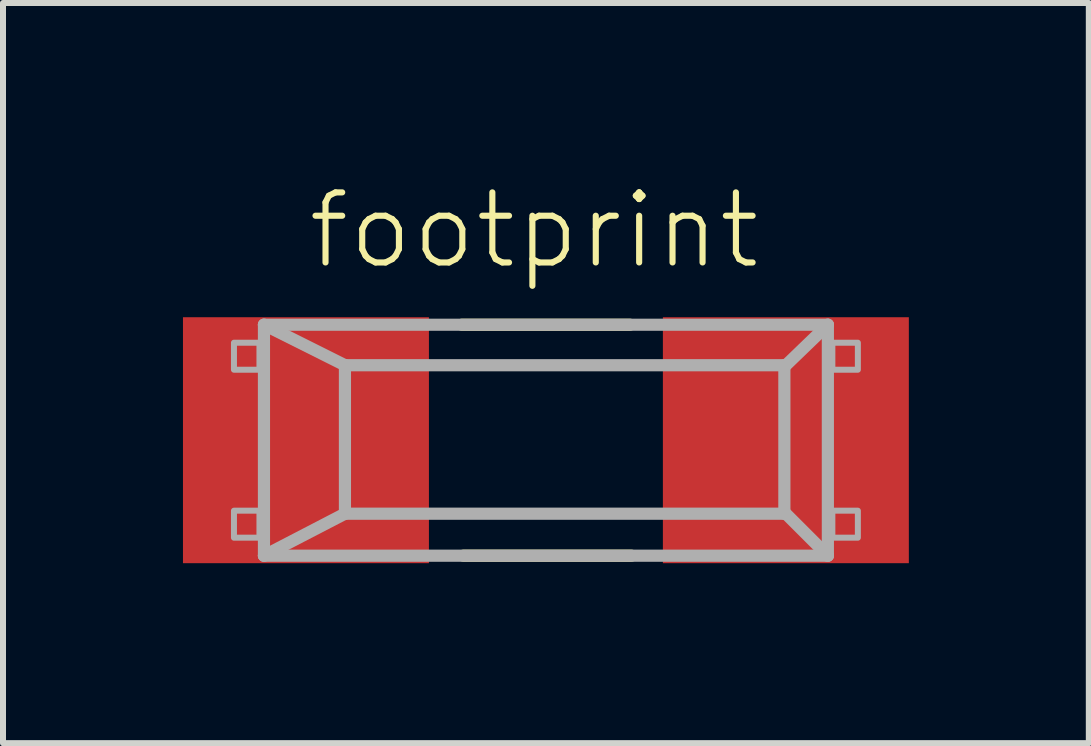
<source format=kicad_pcb>
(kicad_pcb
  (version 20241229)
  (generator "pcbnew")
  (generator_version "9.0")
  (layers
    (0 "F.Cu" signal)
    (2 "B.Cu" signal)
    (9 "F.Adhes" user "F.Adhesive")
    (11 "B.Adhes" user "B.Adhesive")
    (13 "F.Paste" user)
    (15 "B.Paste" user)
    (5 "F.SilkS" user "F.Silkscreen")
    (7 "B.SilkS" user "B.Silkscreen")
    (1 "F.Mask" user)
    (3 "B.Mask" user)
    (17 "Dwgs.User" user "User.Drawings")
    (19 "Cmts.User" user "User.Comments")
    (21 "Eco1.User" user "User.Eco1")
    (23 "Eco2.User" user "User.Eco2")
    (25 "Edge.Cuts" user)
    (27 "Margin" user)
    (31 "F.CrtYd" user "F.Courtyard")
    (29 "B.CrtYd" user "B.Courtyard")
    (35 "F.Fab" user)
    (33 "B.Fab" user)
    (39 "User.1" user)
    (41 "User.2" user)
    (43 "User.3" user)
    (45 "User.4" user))
  (footprint "footprint"
    (layer "F.Cu")
    (at 6.05 4.288)
    (property "Reference" "footprint" (at -4.019 -2.815 0) (layer "F.SilkS") (effects (font (size 1.168 1.168) (thickness 0.102)) (justify left bottom)))
    (fp_line (start -1.4 -1.925) (end 1.4 -1.925) (stroke (width 0.203) (type solid)) (layer "F.SilkS"))
    (fp_line (start 1.425 1.925) (end -1.375 1.925) (stroke (width 0.203) (type solid)) (layer "F.SilkS"))
    (fp_line (start -4.7 -1.925) (end -3.35 -1.25) (stroke (width 0.203) (type solid)) (layer "F.Fab"))
    (fp_line (start -4.7 -1.925) (end 4.7 -1.925) (stroke (width 0.203) (type solid)) (layer "F.Fab"))
    (fp_line (start -4.7 1.925) (end -4.7 -1.925) (stroke (width 0.203) (type solid)) (layer "F.Fab"))
    (fp_line (start -4.7 1.925) (end -3.35 1.225) (stroke (width 0.203) (type solid)) (layer "F.Fab"))
    (fp_line (start -3.35 -1.25) (end -3.35 1.225) (stroke (width 0.203) (type solid)) (layer "F.Fab"))
    (fp_line (start -3.35 -1.25) (end 3.975 -1.25) (stroke (width 0.203) (type solid)) (layer "F.Fab"))
    (fp_line (start 3.975 -1.25) (end 3.975 -1.225) (stroke (width 0.203) (type solid)) (layer "F.Fab"))
    (fp_line (start 3.975 -1.225) (end 3.975 1.2) (stroke (width 0.203) (type solid)) (layer "F.Fab"))
    (fp_line (start 3.975 -1.225) (end 4.7 -1.925) (stroke (width 0.203) (type solid)) (layer "F.Fab"))
    (fp_line (start 3.975 1.2) (end 3.975 1.225) (stroke (width 0.203) (type solid)) (layer "F.Fab"))
    (fp_line (start 3.975 1.2) (end 4.7 1.925) (stroke (width 0.203) (type solid)) (layer "F.Fab"))
    (fp_line (start 3.975 1.225) (end -3.35 1.225) (stroke (width 0.203) (type solid)) (layer "F.Fab"))
    (fp_line (start 4.7 -1.925) (end 4.7 1.925) (stroke (width 0.203) (type solid)) (layer "F.Fab"))
    (fp_line (start 4.7 1.925) (end -4.7 1.925) (stroke (width 0.203) (type solid)) (layer "F.Fab"))
    (fp_poly (pts (xy -5.2 -1.175) (xy -4.775 -1.175) (xy -4.775 -1.625) (xy -5.2 -1.625)) (stroke (width 0.1) (type solid)) (fill no) (layer "F.Fab"))
    (fp_poly (pts (xy -5.2 1.625) (xy -4.775 1.625) (xy -4.775 1.175) (xy -5.2 1.175)) (stroke (width 0.1) (type solid)) (fill no) (layer "F.Fab"))
    (fp_poly (pts (xy 5.2 -1.625) (xy 4.775 -1.625) (xy 4.775 -1.175) (xy 5.2 -1.175)) (stroke (width 0.1) (type solid)) (fill no) (layer "F.Fab"))
    (fp_poly (pts (xy 5.2 1.175) (xy 4.775 1.175) (xy 4.775 1.625) (xy 5.2 1.625)) (stroke (width 0.1) (type solid)) (fill no) (layer "F.Fab"))
    (pad "1" smd rect (at -4 0) (size 4.1 4.1) (layers "F.Cu" "F.Mask" "F.Paste"))
    (pad "2" smd rect (at 4 0) (size 4.1 4.1) (layers "F.Cu" "F.Mask" "F.Paste")))
  (gr_rect
    (start -3 -3)
    (end 15.1 9.338)
    (stroke (width 0.1) (type default))
    (fill no)
    (layer "Edge.Cuts")))
</source>
